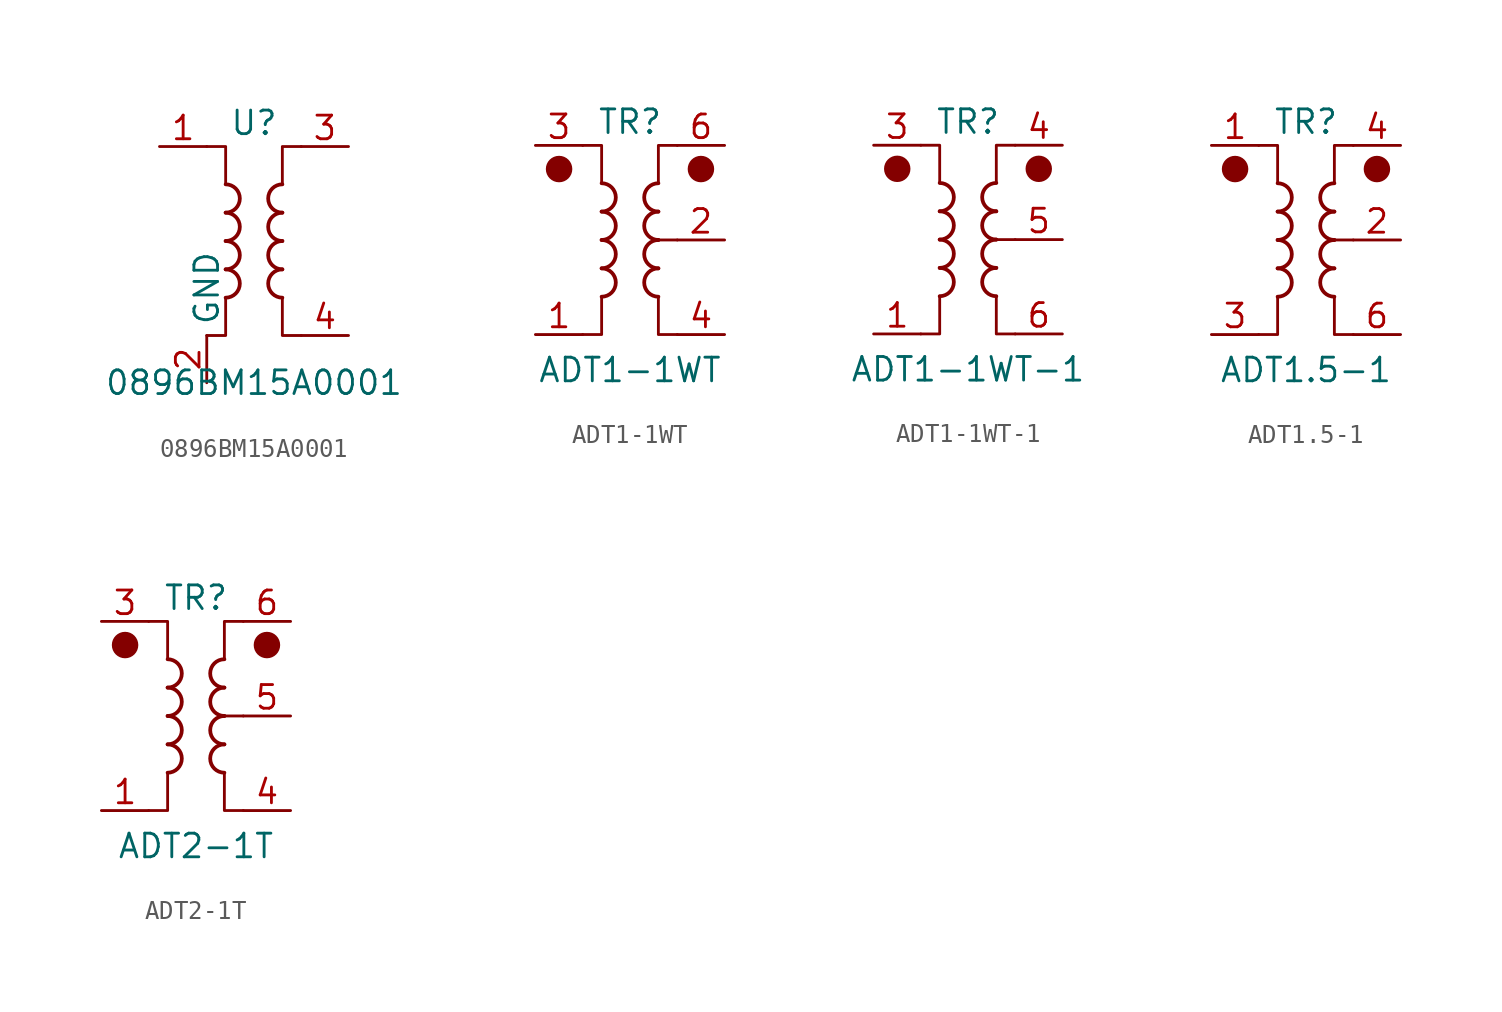
<source format=kicad_sym>
(kicad_symbol_lib
  (version 20201005)
  (generator kicad_symbol_editor)
  (symbol "0896BM15A0001"
    (property "Reference" "U"
      (at 0 6.35 0)
      (effects (font (size 1.27 1.27))))
    (property "Value" "0896BM15A0001"
      (at 0 -7.62 0)
      (effects (font (size 1.27 1.27))))
    (symbol "0896BM15A0001_1_1"
      (arc (start -1.524 -3.048) (end -1.524 -1.524) (radius (at -1.524 -2.286) (length 0.762) (angles -89.9 89.9)) (stroke (width 0.2032)) (fill (type none)))
      (arc (start -1.524 -1.524) (end -1.524 0) (radius (at -1.524 -0.762) (length 0.762) (angles -89.9 89.9)) (stroke (width 0.2032)) (fill (type none)))
      (arc (start -1.524 0) (end -1.524 1.524) (radius (at -1.524 0.762) (length 0.762) (angles -89.9 89.9)) (stroke (width 0.2032)) (fill (type none)))
      (arc (start -1.524 1.524) (end -1.524 3.048) (radius (at -1.524 2.286) (length 0.762) (angles -89.9 89.9)) (stroke (width 0.2032)) (fill (type none)))
      (arc (start 1.524 -1.524) (end 1.524 -3.048) (radius (at 1.524 -2.286) (length 0.762) (angles 90.1 -90.1)) (stroke (width 0.2032)) (fill (type none)))
      (arc (start 1.524 0) (end 1.524 -1.524) (radius (at 1.524 -0.762) (length 0.762) (angles 90.1 -90.1)) (stroke (width 0.2032)) (fill (type none)))
      (arc (start 1.524 1.524) (end 1.524 0) (radius (at 1.524 0.762) (length 0.762) (angles 90.1 -90.1)) (stroke (width 0.2032)) (fill (type none)))
      (arc (start 1.524 3.048) (end 1.524 1.524) (radius (at 1.524 2.286) (length 0.762) (angles 90.1 -90.1)) (stroke (width 0.2032)) (fill (type none)))
      (polyline (pts (xy -2.54 5.08) (xy -1.524 5.08) (xy -1.524 3.048)) (stroke (width 0.152)) (fill (type none)))
      (polyline (pts (xy -1.524 -3.048) (xy -1.524 -5.08) (xy -2.54 -5.08)) (stroke (width 0.152)) (fill (type none)))
      (polyline (pts (xy 1.524 3.048) (xy 1.524 5.08) (xy 2.54 5.08)) (stroke (width 0.152)) (fill (type none)))
      (polyline (pts (xy 2.54 -5.08) (xy 1.524 -5.08) (xy 1.524 -3.048)) (stroke (width 0.152)) (fill (type none)))
      (pin passive line (at -5.08 5.08 0) (length 2.54) (name "~" (effects (font (size 1.27 1.27)))) (number "1" (effects (font (size 1.27 1.27)))))
      (pin power_in line (at -2.54 -7.62 90) (length 2.54) (name "GND" (effects (font (size 1.27 1.27)))) (number "2" (effects (font (size 1.27 1.27)))))
      (pin passive line (at 5.08 5.08 180) (length 2.54) (name "~" (effects (font (size 1.27 1.27)))) (number "3" (effects (font (size 1.27 1.27)))))
      (pin passive line (at 5.08 -5.08 180) (length 2.54) (name "~" (effects (font (size 1.27 1.27)))) (number "4" (effects (font (size 1.27 1.27)))))
      (pin passive line (at -2.54 -7.62 90) (length 2.54) hide (name "GND" (effects (font (size 1.27 1.27)))) (number "5" (effects (font (size 1.27 1.27)))))
      (pin passive line (at -2.54 -7.62 90) (length 2.54) hide (name "GND" (effects (font (size 1.27 1.27)))) (number "6" (effects (font (size 1.27 1.27)))))))
  (symbol "ADT1-1WT"
    (pin_names hide)
    (property "Reference" "TR"
      (at 0 6.35 0)
      (effects (font (size 1.27 1.27))))
    (property "Value" "ADT1-1WT"
      (at 0 -6.985 0)
      (effects (font (size 1.27 1.27))))
    (symbol "ADT1-1WT_0_1"
      (arc (start -1.524 -3.048) (end -1.524 -1.524) (radius (at -1.524 -2.286) (length 0.762) (angles -89.9 89.9)) (stroke (width 0.2032)) (fill (type none)))
      (arc (start -1.524 -1.524) (end -1.524 0) (radius (at -1.524 -0.762) (length 0.762) (angles -89.9 89.9)) (stroke (width 0.2032)) (fill (type none)))
      (arc (start -1.524 0) (end -1.524 1.524) (radius (at -1.524 0.762) (length 0.762) (angles -89.9 89.9)) (stroke (width 0.2032)) (fill (type none)))
      (arc (start -1.524 1.524) (end -1.524 3.048) (radius (at -1.524 2.286) (length 0.762) (angles -89.9 89.9)) (stroke (width 0.2032)) (fill (type none)))
      (arc (start 1.524 -1.524) (end 1.524 -3.048) (radius (at 1.524 -2.286) (length 0.762) (angles 90.1 -90.1)) (stroke (width 0.2032)) (fill (type none)))
      (arc (start 1.524 0) (end 1.524 -1.524) (radius (at 1.524 -0.762) (length 0.762) (angles 90.1 -90.1)) (stroke (width 0.2032)) (fill (type none)))
      (arc (start 1.524 1.524) (end 1.524 0) (radius (at 1.524 0.762) (length 0.762) (angles 90.1 -90.1)) (stroke (width 0.2032)) (fill (type none)))
      (arc (start 1.524 3.048) (end 1.524 1.524) (radius (at 1.524 2.286) (length 0.762) (angles 90.1 -90.1)) (stroke (width 0.2032)) (fill (type none)))
      (circle (center -3.81 3.81) (radius 0.635) (stroke (width 0)) (fill (type outline)))
      (circle (center 3.81 3.81) (radius 0.635) (stroke (width 0)) (fill (type outline)))
      (polyline (pts (xy 2.54 0) (xy 1.27 0)) (stroke (width 0.152)) (fill (type none)))
      (polyline (pts (xy -2.54 5.08) (xy -1.524 5.08) (xy -1.524 3.048)) (stroke (width 0.152)) (fill (type none)))
      (polyline (pts (xy -1.524 -3.048) (xy -1.524 -5.08) (xy -2.54 -5.08)) (stroke (width 0.152)) (fill (type none)))
      (polyline (pts (xy 1.524 3.048) (xy 1.524 5.08) (xy 2.54 5.08)) (stroke (width 0.152)) (fill (type none)))
      (polyline (pts (xy 2.54 -5.08) (xy 1.524 -5.08) (xy 1.524 -3.048)) (stroke (width 0.152)) (fill (type none))))
    (symbol "ADT1-1WT_1_1"
      (pin passive line (at -5.08 -5.08 0) (length 2.54) (name "~" (effects (font (size 1.27 1.27)))) (number "1" (effects (font (size 1.27 1.27)))))
      (pin passive line (at 5.08 0 180) (length 2.54) (name "~" (effects (font (size 1.27 1.27)))) (number "2" (effects (font (size 1.27 1.27)))))
      (pin passive line (at -5.08 5.08 0) (length 2.54) (name "~" (effects (font (size 1.27 1.27)))) (number "3" (effects (font (size 1.27 1.27)))))
      (pin passive line (at 5.08 -5.08 180) (length 2.54) (name "~" (effects (font (size 1.27 1.27)))) (number "4" (effects (font (size 1.27 1.27)))))
      (pin no_connect line (at -2.54 0 0) (length 2.54) hide (name "~" (effects (font (size 1.27 1.27)))) (number "5" (effects (font (size 1.27 1.27)))))
      (pin passive line (at 5.08 5.08 180) (length 2.54) (name "~" (effects (font (size 1.27 1.27)))) (number "6" (effects (font (size 1.27 1.27)))))))
  (symbol "ADT1-1WT-1"
    (pin_names hide)
    (property "Reference" "TR"
      (at 0 6.35 0)
      (effects (font (size 1.27 1.27))))
    (property "Value" "ADT1-1WT-1"
      (at 0 -6.985 0)
      (effects (font (size 1.27 1.27))))
    (symbol "ADT1-1WT-1_0_1"
      (arc (start -1.524 -3.048) (end -1.524 -1.524) (radius (at -1.524 -2.286) (length 0.762) (angles -89.9 89.9)) (stroke (width 0.2032)) (fill (type none)))
      (arc (start -1.524 -1.524) (end -1.524 0) (radius (at -1.524 -0.762) (length 0.762) (angles -89.9 89.9)) (stroke (width 0.2032)) (fill (type none)))
      (arc (start -1.524 0) (end -1.524 1.524) (radius (at -1.524 0.762) (length 0.762) (angles -89.9 89.9)) (stroke (width 0.2032)) (fill (type none)))
      (arc (start -1.524 1.524) (end -1.524 3.048) (radius (at -1.524 2.286) (length 0.762) (angles -89.9 89.9)) (stroke (width 0.2032)) (fill (type none)))
      (arc (start 1.524 -1.524) (end 1.524 -3.048) (radius (at 1.524 -2.286) (length 0.762) (angles 90.1 -90.1)) (stroke (width 0.2032)) (fill (type none)))
      (arc (start 1.524 0) (end 1.524 -1.524) (radius (at 1.524 -0.762) (length 0.762) (angles 90.1 -90.1)) (stroke (width 0.2032)) (fill (type none)))
      (arc (start 1.524 1.524) (end 1.524 0) (radius (at 1.524 0.762) (length 0.762) (angles 90.1 -90.1)) (stroke (width 0.2032)) (fill (type none)))
      (arc (start 1.524 3.048) (end 1.524 1.524) (radius (at 1.524 2.286) (length 0.762) (angles 90.1 -90.1)) (stroke (width 0.2032)) (fill (type none)))
      (circle (center -3.81 3.81) (radius 0.635) (stroke (width 0)) (fill (type outline)))
      (circle (center 3.81 3.81) (radius 0.635) (stroke (width 0)) (fill (type outline)))
      (polyline (pts (xy 2.54 0) (xy 1.27 0)) (stroke (width 0.152)) (fill (type none)))
      (polyline (pts (xy -2.54 5.08) (xy -1.524 5.08) (xy -1.524 3.048)) (stroke (width 0.152)) (fill (type none)))
      (polyline (pts (xy -1.524 -3.048) (xy -1.524 -5.08) (xy -2.54 -5.08)) (stroke (width 0.152)) (fill (type none)))
      (polyline (pts (xy 1.524 3.048) (xy 1.524 5.08) (xy 2.54 5.08)) (stroke (width 0.152)) (fill (type none)))
      (polyline (pts (xy 2.54 -5.08) (xy 1.524 -5.08) (xy 1.524 -3.048)) (stroke (width 0.152)) (fill (type none))))
    (symbol "ADT1-1WT-1_1_1"
      (pin passive line (at -5.08 -5.08 0) (length 2.54) (name "~" (effects (font (size 1.27 1.27)))) (number "1" (effects (font (size 1.27 1.27)))))
      (pin no_connect line (at -2.54 0 0) (length 2.54) hide (name "~" (effects (font (size 1.27 1.27)))) (number "2" (effects (font (size 1.27 1.27)))))
      (pin passive line (at -5.08 5.08 0) (length 2.54) (name "~" (effects (font (size 1.27 1.27)))) (number "3" (effects (font (size 1.27 1.27)))))
      (pin passive line (at 5.08 5.08 180) (length 2.54) (name "~" (effects (font (size 1.27 1.27)))) (number "4" (effects (font (size 1.27 1.27)))))
      (pin passive line (at 5.08 0 180) (length 2.54) (name "~" (effects (font (size 1.27 1.27)))) (number "5" (effects (font (size 1.27 1.27)))))
      (pin passive line (at 5.08 -5.08 180) (length 2.54) (name "~" (effects (font (size 1.27 1.27)))) (number "6" (effects (font (size 1.27 1.27)))))))
  (symbol "ADT1.5-1"
    (pin_names hide)
    (property "Reference" "TR"
      (at 0 6.35 0)
      (effects (font (size 1.27 1.27))))
    (property "Value" "ADT1.5-1"
      (at 0 -6.985 0)
      (effects (font (size 1.27 1.27))))
    (symbol "ADT1.5-1_0_1"
      (arc (start -1.524 -3.048) (end -1.524 -1.524) (radius (at -1.524 -2.286) (length 0.762) (angles -89.9 89.9)) (stroke (width 0.2032)) (fill (type none)))
      (arc (start -1.524 -1.524) (end -1.524 0) (radius (at -1.524 -0.762) (length 0.762) (angles -89.9 89.9)) (stroke (width 0.2032)) (fill (type none)))
      (arc (start -1.524 0) (end -1.524 1.524) (radius (at -1.524 0.762) (length 0.762) (angles -89.9 89.9)) (stroke (width 0.2032)) (fill (type none)))
      (arc (start -1.524 1.524) (end -1.524 3.048) (radius (at -1.524 2.286) (length 0.762) (angles -89.9 89.9)) (stroke (width 0.2032)) (fill (type none)))
      (arc (start 1.524 -1.524) (end 1.524 -3.048) (radius (at 1.524 -2.286) (length 0.762) (angles 90.1 -90.1)) (stroke (width 0.2032)) (fill (type none)))
      (arc (start 1.524 0) (end 1.524 -1.524) (radius (at 1.524 -0.762) (length 0.762) (angles 90.1 -90.1)) (stroke (width 0.2032)) (fill (type none)))
      (arc (start 1.524 1.524) (end 1.524 0) (radius (at 1.524 0.762) (length 0.762) (angles 90.1 -90.1)) (stroke (width 0.2032)) (fill (type none)))
      (arc (start 1.524 3.048) (end 1.524 1.524) (radius (at 1.524 2.286) (length 0.762) (angles 90.1 -90.1)) (stroke (width 0.2032)) (fill (type none)))
      (circle (center -3.81 3.81) (radius 0.635) (stroke (width 0)) (fill (type outline)))
      (circle (center 3.81 3.81) (radius 0.635) (stroke (width 0)) (fill (type outline)))
      (polyline (pts (xy 2.54 0) (xy 1.27 0)) (stroke (width 0.152)) (fill (type none)))
      (polyline (pts (xy -2.54 5.08) (xy -1.524 5.08) (xy -1.524 3.048)) (stroke (width 0.152)) (fill (type none)))
      (polyline (pts (xy -1.524 -3.048) (xy -1.524 -5.08) (xy -2.54 -5.08)) (stroke (width 0.152)) (fill (type none)))
      (polyline (pts (xy 1.524 3.048) (xy 1.524 5.08) (xy 2.54 5.08)) (stroke (width 0.152)) (fill (type none)))
      (polyline (pts (xy 2.54 -5.08) (xy 1.524 -5.08) (xy 1.524 -3.048)) (stroke (width 0.152)) (fill (type none))))
    (symbol "ADT1.5-1_1_1"
      (pin passive line (at -5.08 5.08 0) (length 2.54) (name "~" (effects (font (size 1.27 1.27)))) (number "1" (effects (font (size 1.27 1.27)))))
      (pin passive line (at 5.08 0 180) (length 2.54) (name "~" (effects (font (size 1.27 1.27)))) (number "2" (effects (font (size 1.27 1.27)))))
      (pin passive line (at -5.08 -5.08 0) (length 2.54) (name "~" (effects (font (size 1.27 1.27)))) (number "3" (effects (font (size 1.27 1.27)))))
      (pin passive line (at 5.08 5.08 180) (length 2.54) (name "~" (effects (font (size 1.27 1.27)))) (number "4" (effects (font (size 1.27 1.27)))))
      (pin no_connect line (at -2.54 0 0) (length 2.54) hide (name "~" (effects (font (size 1.27 1.27)))) (number "5" (effects (font (size 1.27 1.27)))))
      (pin passive line (at 5.08 -5.08 180) (length 2.54) (name "~" (effects (font (size 1.27 1.27)))) (number "6" (effects (font (size 1.27 1.27)))))))
  (symbol "ADT2-1T"
    (pin_names hide)
    (property "Reference" "TR"
      (at 0 6.35 0)
      (effects (font (size 1.27 1.27))))
    (property "Value" "ADT2-1T"
      (at 0 -6.985 0)
      (effects (font (size 1.27 1.27))))
    (symbol "ADT2-1T_0_1"
      (arc (start -1.524 -3.048) (end -1.524 -1.524) (radius (at -1.524 -2.286) (length 0.762) (angles -89.9 89.9)) (stroke (width 0.2032)) (fill (type none)))
      (arc (start -1.524 -1.524) (end -1.524 0) (radius (at -1.524 -0.762) (length 0.762) (angles -89.9 89.9)) (stroke (width 0.2032)) (fill (type none)))
      (arc (start -1.524 0) (end -1.524 1.524) (radius (at -1.524 0.762) (length 0.762) (angles -89.9 89.9)) (stroke (width 0.2032)) (fill (type none)))
      (arc (start -1.524 1.524) (end -1.524 3.048) (radius (at -1.524 2.286) (length 0.762) (angles -89.9 89.9)) (stroke (width 0.2032)) (fill (type none)))
      (arc (start 1.524 -1.524) (end 1.524 -3.048) (radius (at 1.524 -2.286) (length 0.762) (angles 90.1 -90.1)) (stroke (width 0.2032)) (fill (type none)))
      (arc (start 1.524 0) (end 1.524 -1.524) (radius (at 1.524 -0.762) (length 0.762) (angles 90.1 -90.1)) (stroke (width 0.2032)) (fill (type none)))
      (arc (start 1.524 1.524) (end 1.524 0) (radius (at 1.524 0.762) (length 0.762) (angles 90.1 -90.1)) (stroke (width 0.2032)) (fill (type none)))
      (arc (start 1.524 3.048) (end 1.524 1.524) (radius (at 1.524 2.286) (length 0.762) (angles 90.1 -90.1)) (stroke (width 0.2032)) (fill (type none)))
      (circle (center -3.81 3.81) (radius 0.635) (stroke (width 0)) (fill (type outline)))
      (circle (center 3.81 3.81) (radius 0.635) (stroke (width 0)) (fill (type outline)))
      (polyline (pts (xy 2.54 0) (xy 1.27 0)) (stroke (width 0.152)) (fill (type none)))
      (polyline (pts (xy -2.54 5.08) (xy -1.524 5.08) (xy -1.524 3.048)) (stroke (width 0.152)) (fill (type none)))
      (polyline (pts (xy -1.524 -3.048) (xy -1.524 -5.08) (xy -2.54 -5.08)) (stroke (width 0.152)) (fill (type none)))
      (polyline (pts (xy 1.524 3.048) (xy 1.524 5.08) (xy 2.54 5.08)) (stroke (width 0.152)) (fill (type none)))
      (polyline (pts (xy 2.54 -5.08) (xy 1.524 -5.08) (xy 1.524 -3.048)) (stroke (width 0.152)) (fill (type none))))
    (symbol "ADT2-1T_1_1"
      (pin passive line (at -5.08 -5.08 0) (length 2.54) (name "~" (effects (font (size 1.27 1.27)))) (number "1" (effects (font (size 1.27 1.27)))))
      (pin no_connect line (at -2.54 0 0) (length 2.54) hide (name "~" (effects (font (size 1.27 1.27)))) (number "2" (effects (font (size 1.27 1.27)))))
      (pin passive line (at -5.08 5.08 0) (length 2.54) (name "~" (effects (font (size 1.27 1.27)))) (number "3" (effects (font (size 1.27 1.27)))))
      (pin passive line (at 5.08 -5.08 180) (length 2.54) (name "~" (effects (font (size 1.27 1.27)))) (number "4" (effects (font (size 1.27 1.27)))))
      (pin passive line (at 5.08 0 180) (length 2.54) (name "~" (effects (font (size 1.27 1.27)))) (number "5" (effects (font (size 1.27 1.27)))))
      (pin passive line (at 5.08 5.08 180) (length 2.54) (name "~" (effects (font (size 1.27 1.27)))) (number "6" (effects (font (size 1.27 1.27))))))))
</source>
